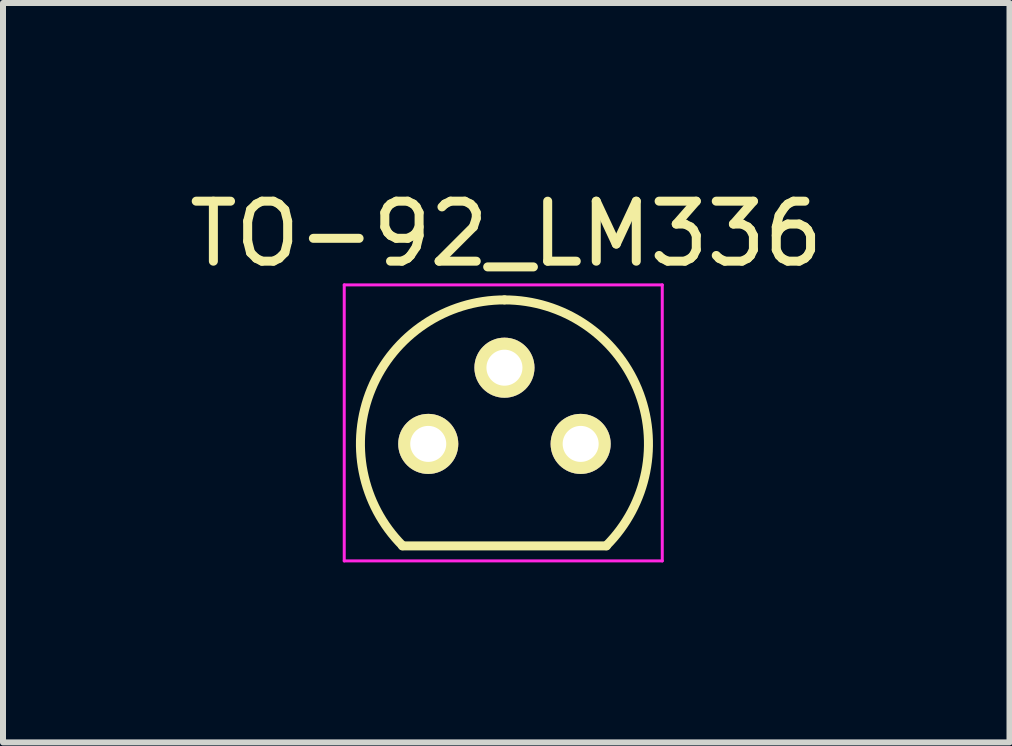
<source format=kicad_pcb>
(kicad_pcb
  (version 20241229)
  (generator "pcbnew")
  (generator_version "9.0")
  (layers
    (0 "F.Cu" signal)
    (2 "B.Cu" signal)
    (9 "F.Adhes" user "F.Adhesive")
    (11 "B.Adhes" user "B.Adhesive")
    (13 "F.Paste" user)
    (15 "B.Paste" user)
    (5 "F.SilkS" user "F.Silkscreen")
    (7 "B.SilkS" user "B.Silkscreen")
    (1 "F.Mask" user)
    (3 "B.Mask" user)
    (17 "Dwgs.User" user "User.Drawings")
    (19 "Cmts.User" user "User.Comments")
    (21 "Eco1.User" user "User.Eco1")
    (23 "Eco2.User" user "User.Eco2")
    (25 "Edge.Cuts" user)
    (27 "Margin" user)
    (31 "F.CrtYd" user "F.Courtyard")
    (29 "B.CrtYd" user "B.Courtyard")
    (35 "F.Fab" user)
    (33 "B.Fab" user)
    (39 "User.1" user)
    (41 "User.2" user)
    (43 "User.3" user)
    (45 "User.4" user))
  (footprint "TO-92_LM336"
    (layer "F.Cu")
    (at 4.087 4.348)
    (property "Reference" "TO-92_LM336" (at 1.3 -3.5 0) (layer "F.SilkS") (effects (font (size 1 1) (thickness 0.15))))
    (attr through_hole)
    (fp_line (start -0.43 1.7) (end 2.97 1.7) (stroke (width 0.15) (type solid)) (layer "F.SilkS"))
    (fp_arc (start -0.427056 1.697056) (mid -0.947311 -0.91844) (end 1.27 -2.4) (stroke (width 0.15) (type solid)) (layer "F.SilkS"))
    (fp_arc (start 1.27 -2.4) (mid 3.487311 -0.91844) (end 2.967056 1.697056) (stroke (width 0.15) (type solid)) (layer "F.SilkS"))
    (fp_line (start -1.4 -2.65) (end 3.9 -2.65) (stroke (width 0.05) (type solid)) (layer "F.CrtYd"))
    (fp_line (start -1.4 1.95) (end -1.4 -2.65) (stroke (width 0.05) (type solid)) (layer "F.CrtYd"))
    (fp_line (start -1.4 1.95) (end 3.9 1.95) (stroke (width 0.05) (type solid)) (layer "F.CrtYd"))
    (fp_line (start 3.9 1.95) (end 3.9 -2.65) (stroke (width 0.05) (type solid)) (layer "F.CrtYd"))
    (pad "1" thru_hole circle (at 0 0 90) (size 1.001 1.001) (drill 0.6) (layers "*.Cu" "*.Mask" "F.SilkS"))
    (pad "2" thru_hole circle (at 1.27 -1.27 90) (size 1.001 1.001) (drill 0.6) (layers "*.Cu" "*.Mask" "F.SilkS"))
    (pad "3" thru_hole circle (at 2.54 0 90) (size 1.001 1.001) (drill 0.6) (layers "*.Cu" "*.Mask" "F.SilkS")))
  (gr_rect
    (start -3 -3)
    (end 13.774 9.323)
    (stroke (width 0.1) (type default))
    (fill no)
    (layer "Edge.Cuts")))
</source>
